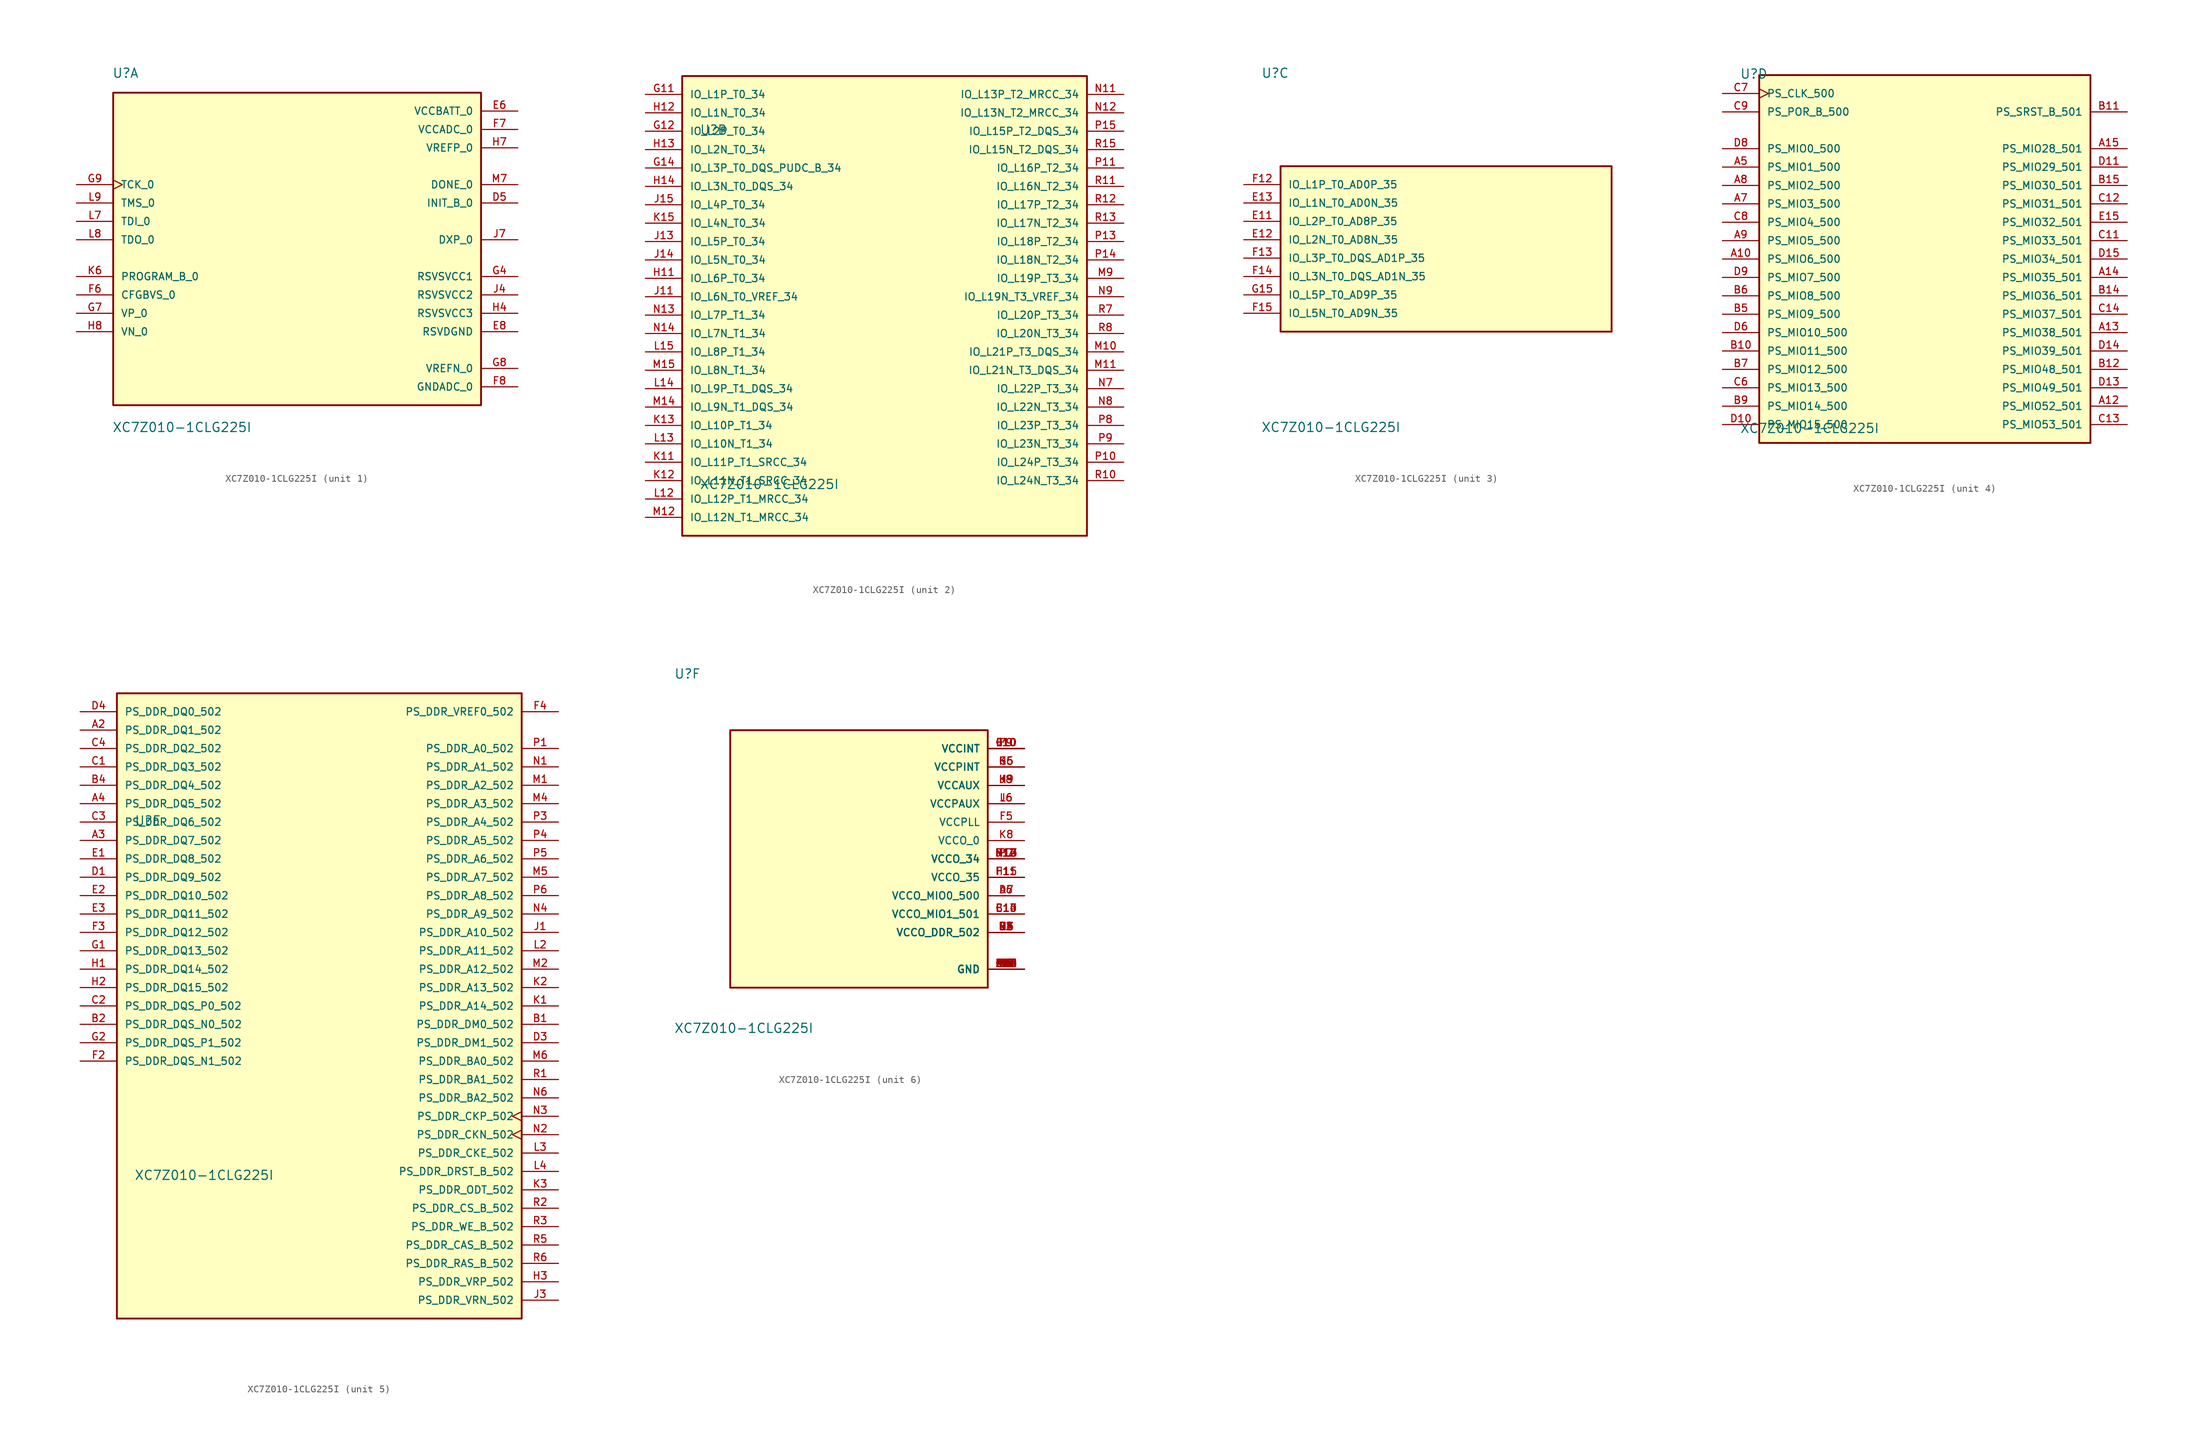
<source format=kicad_sym>
(kicad_symbol_lib
  (version 20211014)
  (generator kicad_symbol_editor)
  (symbol "XC7Z010-1CLG225I"
    (pin_names
      (offset 1.016))
    (property "Reference" "U"
      (at -25.546 24.82 0.0)
      (effects (font (size 1.27 1.27)) (justify bottom left)))
    (property "Value" "XC7Z010-1CLG225I"
      (at -25.547 -24.125 0.0)
      (effects (font (size 1.27 1.27)) (justify bottom left)))
    (symbol "XC7Z010-1CLG225I_1_0"
      (rectangle (start -25.4 -20.32) (end 25.4 22.86) (stroke (width 0.254)) (fill (type background)))
      (pin bidirectional line (at 30.48 7.62 180.0) (length 5.08) (name "INIT_B_0" (effects (font (size 1.016 1.016)))) (number "D5" (effects (font (size 1.016 1.016)))))
      (pin passive line (at 30.48 -10.16 180.0) (length 5.08) (name "RSVDGND" (effects (font (size 1.016 1.016)))) (number "E8" (effects (font (size 1.016 1.016)))))
      (pin input line (at -30.48 -5.08 0) (length 5.08) (name "CFGBVS_0" (effects (font (size 1.016 1.016)))) (number "F6" (effects (font (size 1.016 1.016)))))
      (pin input line (at -30.48 -7.62 0) (length 5.08) (name "VP_0" (effects (font (size 1.016 1.016)))) (number "G7" (effects (font (size 1.016 1.016)))))
      (pin power_in line (at 30.48 -15.24 180.0) (length 5.08) (name "VREFN_0" (effects (font (size 1.016 1.016)))) (number "G8" (effects (font (size 1.016 1.016)))))
      (pin input clock (at -30.48 10.16 0) (length 5.08) (name "TCK_0" (effects (font (size 1.016 1.016)))) (number "G9" (effects (font (size 1.016 1.016)))))
      (pin power_in line (at 30.48 15.24 180.0) (length 5.08) (name "VREFP_0" (effects (font (size 1.016 1.016)))) (number "H7" (effects (font (size 1.016 1.016)))))
      (pin input line (at -30.48 -10.16 0) (length 5.08) (name "VN_0" (effects (font (size 1.016 1.016)))) (number "H8" (effects (font (size 1.016 1.016)))))
      (pin output line (at 30.48 2.54 180.0) (length 5.08) (name "DXP_0" (effects (font (size 1.016 1.016)))) (number "J7" (effects (font (size 1.016 1.016)))))
      (pin input line (at -30.48 -2.54 0) (length 5.08) (name "PROGRAM_B_0" (effects (font (size 1.016 1.016)))) (number "K6" (effects (font (size 1.016 1.016)))))
      (pin input line (at -30.48 5.08 0) (length 5.08) (name "TDI_0" (effects (font (size 1.016 1.016)))) (number "L7" (effects (font (size 1.016 1.016)))))
      (pin output line (at -30.48 2.54 0) (length 5.08) (name "TDO_0" (effects (font (size 1.016 1.016)))) (number "L8" (effects (font (size 1.016 1.016)))))
      (pin input line (at -30.48 7.62 0) (length 5.08) (name "TMS_0" (effects (font (size 1.016 1.016)))) (number "L9" (effects (font (size 1.016 1.016)))))
      (pin bidirectional line (at 30.48 10.16 180.0) (length 5.08) (name "DONE_0" (effects (font (size 1.016 1.016)))) (number "M7" (effects (font (size 1.016 1.016)))))
      (pin power_in line (at 30.48 -17.78 180.0) (length 5.08) (name "GNDADC_0" (effects (font (size 1.016 1.016)))) (number "F8" (effects (font (size 1.016 1.016)))))
      (pin power_in line (at 30.48 17.78 180.0) (length 5.08) (name "VCCADC_0" (effects (font (size 1.016 1.016)))) (number "F7" (effects (font (size 1.016 1.016)))))
      (pin power_in line (at 30.48 20.32 180.0) (length 5.08) (name "VCCBATT_0" (effects (font (size 1.016 1.016)))) (number "E6" (effects (font (size 1.016 1.016)))))
      (pin passive line (at 30.48 -2.54 180.0) (length 5.08) (name "RSVSVCC1" (effects (font (size 1.016 1.016)))) (number "G4" (effects (font (size 1.016 1.016)))))
      (pin passive line (at 30.48 -5.08 180.0) (length 5.08) (name "RSVSVCC2" (effects (font (size 1.016 1.016)))) (number "J4" (effects (font (size 1.016 1.016)))))
      (pin passive line (at 30.48 -7.62 180.0) (length 5.08) (name "RSVSVCC3" (effects (font (size 1.016 1.016)))) (number "H4" (effects (font (size 1.016 1.016))))))
    (symbol "XC7Z010-1CLG225I_2_0"
      (rectangle (start -27.94 -30.48) (end 27.94 33.02) (stroke (width 0.254)) (fill (type background)))
      (pin bidirectional line (at -33.02 30.48 0) (length 5.08) (name "IO_L1P_T0_34" (effects (font (size 1.016 1.016)))) (number "G11" (effects (font (size 1.016 1.016)))))
      (pin bidirectional line (at -33.02 25.4 0) (length 5.08) (name "IO_L2P_T0_34" (effects (font (size 1.016 1.016)))) (number "G12" (effects (font (size 1.016 1.016)))))
      (pin bidirectional line (at -33.02 20.32 0) (length 5.08) (name "IO_L3P_T0_DQS_PUDC_B_34" (effects (font (size 1.016 1.016)))) (number "G14" (effects (font (size 1.016 1.016)))))
      (pin bidirectional line (at -33.02 5.08 0) (length 5.08) (name "IO_L6P_T0_34" (effects (font (size 1.016 1.016)))) (number "H11" (effects (font (size 1.016 1.016)))))
      (pin bidirectional line (at -33.02 27.94 0) (length 5.08) (name "IO_L1N_T0_34" (effects (font (size 1.016 1.016)))) (number "H12" (effects (font (size 1.016 1.016)))))
      (pin bidirectional line (at -33.02 22.86 0) (length 5.08) (name "IO_L2N_T0_34" (effects (font (size 1.016 1.016)))) (number "H13" (effects (font (size 1.016 1.016)))))
      (pin bidirectional line (at -33.02 17.78 0) (length 5.08) (name "IO_L3N_T0_DQS_34" (effects (font (size 1.016 1.016)))) (number "H14" (effects (font (size 1.016 1.016)))))
      (pin bidirectional line (at -33.02 2.54 0) (length 5.08) (name "IO_L6N_T0_VREF_34" (effects (font (size 1.016 1.016)))) (number "J11" (effects (font (size 1.016 1.016)))))
      (pin bidirectional line (at -33.02 10.16 0) (length 5.08) (name "IO_L5P_T0_34" (effects (font (size 1.016 1.016)))) (number "J13" (effects (font (size 1.016 1.016)))))
      (pin bidirectional line (at -33.02 7.62 0) (length 5.08) (name "IO_L5N_T0_34" (effects (font (size 1.016 1.016)))) (number "J14" (effects (font (size 1.016 1.016)))))
      (pin bidirectional line (at -33.02 15.24 0) (length 5.08) (name "IO_L4P_T0_34" (effects (font (size 1.016 1.016)))) (number "J15" (effects (font (size 1.016 1.016)))))
      (pin bidirectional line (at -33.02 -20.32 0) (length 5.08) (name "IO_L11P_T1_SRCC_34" (effects (font (size 1.016 1.016)))) (number "K11" (effects (font (size 1.016 1.016)))))
      (pin bidirectional line (at -33.02 -22.86 0) (length 5.08) (name "IO_L11N_T1_SRCC_34" (effects (font (size 1.016 1.016)))) (number "K12" (effects (font (size 1.016 1.016)))))
      (pin bidirectional line (at -33.02 -15.24 0) (length 5.08) (name "IO_L10P_T1_34" (effects (font (size 1.016 1.016)))) (number "K13" (effects (font (size 1.016 1.016)))))
      (pin bidirectional line (at -33.02 12.7 0) (length 5.08) (name "IO_L4N_T0_34" (effects (font (size 1.016 1.016)))) (number "K15" (effects (font (size 1.016 1.016)))))
      (pin bidirectional line (at -33.02 -25.4 0) (length 5.08) (name "IO_L12P_T1_MRCC_34" (effects (font (size 1.016 1.016)))) (number "L12" (effects (font (size 1.016 1.016)))))
      (pin bidirectional line (at -33.02 -17.78 0) (length 5.08) (name "IO_L10N_T1_34" (effects (font (size 1.016 1.016)))) (number "L13" (effects (font (size 1.016 1.016)))))
      (pin bidirectional line (at -33.02 -10.16 0) (length 5.08) (name "IO_L9P_T1_DQS_34" (effects (font (size 1.016 1.016)))) (number "L14" (effects (font (size 1.016 1.016)))))
      (pin bidirectional line (at -33.02 -5.08 0) (length 5.08) (name "IO_L8P_T1_34" (effects (font (size 1.016 1.016)))) (number "L15" (effects (font (size 1.016 1.016)))))
      (pin bidirectional line (at 33.02 5.08 180.0) (length 5.08) (name "IO_L19P_T3_34" (effects (font (size 1.016 1.016)))) (number "M9" (effects (font (size 1.016 1.016)))))
      (pin bidirectional line (at 33.02 -5.08 180.0) (length 5.08) (name "IO_L21P_T3_DQS_34" (effects (font (size 1.016 1.016)))) (number "M10" (effects (font (size 1.016 1.016)))))
      (pin bidirectional line (at 33.02 -7.62 180.0) (length 5.08) (name "IO_L21N_T3_DQS_34" (effects (font (size 1.016 1.016)))) (number "M11" (effects (font (size 1.016 1.016)))))
      (pin bidirectional line (at -33.02 -27.94 0) (length 5.08) (name "IO_L12N_T1_MRCC_34" (effects (font (size 1.016 1.016)))) (number "M12" (effects (font (size 1.016 1.016)))))
      (pin bidirectional line (at -33.02 -12.7 0) (length 5.08) (name "IO_L9N_T1_DQS_34" (effects (font (size 1.016 1.016)))) (number "M14" (effects (font (size 1.016 1.016)))))
      (pin bidirectional line (at -33.02 -7.62 0) (length 5.08) (name "IO_L8N_T1_34" (effects (font (size 1.016 1.016)))) (number "M15" (effects (font (size 1.016 1.016)))))
      (pin bidirectional line (at 33.02 -10.16 180.0) (length 5.08) (name "IO_L22P_T3_34" (effects (font (size 1.016 1.016)))) (number "N7" (effects (font (size 1.016 1.016)))))
      (pin bidirectional line (at 33.02 -12.7 180.0) (length 5.08) (name "IO_L22N_T3_34" (effects (font (size 1.016 1.016)))) (number "N8" (effects (font (size 1.016 1.016)))))
      (pin bidirectional line (at 33.02 2.54 180.0) (length 5.08) (name "IO_L19N_T3_VREF_34" (effects (font (size 1.016 1.016)))) (number "N9" (effects (font (size 1.016 1.016)))))
      (pin bidirectional line (at 33.02 30.48 180.0) (length 5.08) (name "IO_L13P_T2_MRCC_34" (effects (font (size 1.016 1.016)))) (number "N11" (effects (font (size 1.016 1.016)))))
      (pin bidirectional line (at 33.02 27.94 180.0) (length 5.08) (name "IO_L13N_T2_MRCC_34" (effects (font (size 1.016 1.016)))) (number "N12" (effects (font (size 1.016 1.016)))))
      (pin bidirectional line (at -33.02 0.0 0) (length 5.08) (name "IO_L7P_T1_34" (effects (font (size 1.016 1.016)))) (number "N13" (effects (font (size 1.016 1.016)))))
      (pin bidirectional line (at -33.02 -2.54 0) (length 5.08) (name "IO_L7N_T1_34" (effects (font (size 1.016 1.016)))) (number "N14" (effects (font (size 1.016 1.016)))))
      (pin bidirectional line (at 33.02 -15.24 180.0) (length 5.08) (name "IO_L23P_T3_34" (effects (font (size 1.016 1.016)))) (number "P8" (effects (font (size 1.016 1.016)))))
      (pin bidirectional line (at 33.02 -17.78 180.0) (length 5.08) (name "IO_L23N_T3_34" (effects (font (size 1.016 1.016)))) (number "P9" (effects (font (size 1.016 1.016)))))
      (pin bidirectional line (at 33.02 -20.32 180.0) (length 5.08) (name "IO_L24P_T3_34" (effects (font (size 1.016 1.016)))) (number "P10" (effects (font (size 1.016 1.016)))))
      (pin bidirectional line (at 33.02 20.32 180.0) (length 5.08) (name "IO_L16P_T2_34" (effects (font (size 1.016 1.016)))) (number "P11" (effects (font (size 1.016 1.016)))))
      (pin bidirectional line (at 33.02 10.16 180.0) (length 5.08) (name "IO_L18P_T2_34" (effects (font (size 1.016 1.016)))) (number "P13" (effects (font (size 1.016 1.016)))))
      (pin bidirectional line (at 33.02 7.62 180.0) (length 5.08) (name "IO_L18N_T2_34" (effects (font (size 1.016 1.016)))) (number "P14" (effects (font (size 1.016 1.016)))))
      (pin bidirectional line (at 33.02 25.4 180.0) (length 5.08) (name "IO_L15P_T2_DQS_34" (effects (font (size 1.016 1.016)))) (number "P15" (effects (font (size 1.016 1.016)))))
      (pin bidirectional line (at 33.02 0.0 180.0) (length 5.08) (name "IO_L20P_T3_34" (effects (font (size 1.016 1.016)))) (number "R7" (effects (font (size 1.016 1.016)))))
      (pin bidirectional line (at 33.02 -2.54 180.0) (length 5.08) (name "IO_L20N_T3_34" (effects (font (size 1.016 1.016)))) (number "R8" (effects (font (size 1.016 1.016)))))
      (pin bidirectional line (at 33.02 -22.86 180.0) (length 5.08) (name "IO_L24N_T3_34" (effects (font (size 1.016 1.016)))) (number "R10" (effects (font (size 1.016 1.016)))))
      (pin bidirectional line (at 33.02 17.78 180.0) (length 5.08) (name "IO_L16N_T2_34" (effects (font (size 1.016 1.016)))) (number "R11" (effects (font (size 1.016 1.016)))))
      (pin bidirectional line (at 33.02 15.24 180.0) (length 5.08) (name "IO_L17P_T2_34" (effects (font (size 1.016 1.016)))) (number "R12" (effects (font (size 1.016 1.016)))))
      (pin bidirectional line (at 33.02 12.7 180.0) (length 5.08) (name "IO_L17N_T2_34" (effects (font (size 1.016 1.016)))) (number "R13" (effects (font (size 1.016 1.016)))))
      (pin bidirectional line (at 33.02 22.86 180.0) (length 5.08) (name "IO_L15N_T2_DQS_34" (effects (font (size 1.016 1.016)))) (number "R15" (effects (font (size 1.016 1.016))))))
    (symbol "XC7Z010-1CLG225I_3_0"
      (rectangle (start -22.86 -10.16) (end 22.86 12.7) (stroke (width 0.254)) (fill (type background)))
      (pin bidirectional line (at -27.94 5.08 0) (length 5.08) (name "IO_L2P_T0_AD8P_35" (effects (font (size 1.016 1.016)))) (number "E11" (effects (font (size 1.016 1.016)))))
      (pin bidirectional line (at -27.94 2.54 0) (length 5.08) (name "IO_L2N_T0_AD8N_35" (effects (font (size 1.016 1.016)))) (number "E12" (effects (font (size 1.016 1.016)))))
      (pin bidirectional line (at -27.94 7.62 0) (length 5.08) (name "IO_L1N_T0_AD0N_35" (effects (font (size 1.016 1.016)))) (number "E13" (effects (font (size 1.016 1.016)))))
      (pin bidirectional line (at -27.94 10.16 0) (length 5.08) (name "IO_L1P_T0_AD0P_35" (effects (font (size 1.016 1.016)))) (number "F12" (effects (font (size 1.016 1.016)))))
      (pin bidirectional line (at -27.94 0.0 0) (length 5.08) (name "IO_L3P_T0_DQS_AD1P_35" (effects (font (size 1.016 1.016)))) (number "F13" (effects (font (size 1.016 1.016)))))
      (pin bidirectional line (at -27.94 -2.54 0) (length 5.08) (name "IO_L3N_T0_DQS_AD1N_35" (effects (font (size 1.016 1.016)))) (number "F14" (effects (font (size 1.016 1.016)))))
      (pin bidirectional line (at -27.94 -7.62 0) (length 5.08) (name "IO_L5N_T0_AD9N_35" (effects (font (size 1.016 1.016)))) (number "F15" (effects (font (size 1.016 1.016)))))
      (pin bidirectional line (at -27.94 -5.08 0) (length 5.08) (name "IO_L5P_T0_AD9P_35" (effects (font (size 1.016 1.016)))) (number "G15" (effects (font (size 1.016 1.016))))))
    (symbol "XC7Z010-1CLG225I_4_0"
      (rectangle (start -22.86 -25.4) (end 22.86 25.4) (stroke (width 0.254)) (fill (type background)))
      (pin bidirectional line (at -27.94 12.7 0) (length 5.08) (name "PS_MIO1_500" (effects (font (size 1.016 1.016)))) (number "A5" (effects (font (size 1.016 1.016)))))
      (pin bidirectional line (at -27.94 7.62 0) (length 5.08) (name "PS_MIO3_500" (effects (font (size 1.016 1.016)))) (number "A7" (effects (font (size 1.016 1.016)))))
      (pin bidirectional line (at -27.94 10.16 0) (length 5.08) (name "PS_MIO2_500" (effects (font (size 1.016 1.016)))) (number "A8" (effects (font (size 1.016 1.016)))))
      (pin bidirectional line (at -27.94 2.54 0) (length 5.08) (name "PS_MIO5_500" (effects (font (size 1.016 1.016)))) (number "A9" (effects (font (size 1.016 1.016)))))
      (pin bidirectional line (at -27.94 0.0 0) (length 5.08) (name "PS_MIO6_500" (effects (font (size 1.016 1.016)))) (number "A10" (effects (font (size 1.016 1.016)))))
      (pin bidirectional line (at 27.94 -20.32 180.0) (length 5.08) (name "PS_MIO52_501" (effects (font (size 1.016 1.016)))) (number "A12" (effects (font (size 1.016 1.016)))))
      (pin bidirectional line (at 27.94 -10.16 180.0) (length 5.08) (name "PS_MIO38_501" (effects (font (size 1.016 1.016)))) (number "A13" (effects (font (size 1.016 1.016)))))
      (pin bidirectional line (at 27.94 -2.54 180.0) (length 5.08) (name "PS_MIO35_501" (effects (font (size 1.016 1.016)))) (number "A14" (effects (font (size 1.016 1.016)))))
      (pin bidirectional line (at 27.94 15.24 180.0) (length 5.08) (name "PS_MIO28_501" (effects (font (size 1.016 1.016)))) (number "A15" (effects (font (size 1.016 1.016)))))
      (pin bidirectional line (at -27.94 -7.62 0) (length 5.08) (name "PS_MIO9_500" (effects (font (size 1.016 1.016)))) (number "B5" (effects (font (size 1.016 1.016)))))
      (pin bidirectional line (at -27.94 -5.08 0) (length 5.08) (name "PS_MIO8_500" (effects (font (size 1.016 1.016)))) (number "B6" (effects (font (size 1.016 1.016)))))
      (pin bidirectional line (at -27.94 -15.24 0) (length 5.08) (name "PS_MIO12_500" (effects (font (size 1.016 1.016)))) (number "B7" (effects (font (size 1.016 1.016)))))
      (pin bidirectional line (at -27.94 -20.32 0) (length 5.08) (name "PS_MIO14_500" (effects (font (size 1.016 1.016)))) (number "B9" (effects (font (size 1.016 1.016)))))
      (pin bidirectional line (at -27.94 -12.7 0) (length 5.08) (name "PS_MIO11_500" (effects (font (size 1.016 1.016)))) (number "B10" (effects (font (size 1.016 1.016)))))
      (pin input line (at 27.94 20.32 180.0) (length 5.08) (name "PS_SRST_B_501" (effects (font (size 1.016 1.016)))) (number "B11" (effects (font (size 1.016 1.016)))))
      (pin bidirectional line (at 27.94 -15.24 180.0) (length 5.08) (name "PS_MIO48_501" (effects (font (size 1.016 1.016)))) (number "B12" (effects (font (size 1.016 1.016)))))
      (pin bidirectional line (at 27.94 -5.08 180.0) (length 5.08) (name "PS_MIO36_501" (effects (font (size 1.016 1.016)))) (number "B14" (effects (font (size 1.016 1.016)))))
      (pin bidirectional line (at 27.94 10.16 180.0) (length 5.08) (name "PS_MIO30_501" (effects (font (size 1.016 1.016)))) (number "B15" (effects (font (size 1.016 1.016)))))
      (pin bidirectional line (at -27.94 -17.78 0) (length 5.08) (name "PS_MIO13_500" (effects (font (size 1.016 1.016)))) (number "C6" (effects (font (size 1.016 1.016)))))
      (pin input clock (at -27.94 22.86 0) (length 5.08) (name "PS_CLK_500" (effects (font (size 1.016 1.016)))) (number "C7" (effects (font (size 1.016 1.016)))))
      (pin bidirectional line (at -27.94 5.08 0) (length 5.08) (name "PS_MIO4_500" (effects (font (size 1.016 1.016)))) (number "C8" (effects (font (size 1.016 1.016)))))
      (pin input line (at -27.94 20.32 0) (length 5.08) (name "PS_POR_B_500" (effects (font (size 1.016 1.016)))) (number "C9" (effects (font (size 1.016 1.016)))))
      (pin bidirectional line (at 27.94 2.54 180.0) (length 5.08) (name "PS_MIO33_501" (effects (font (size 1.016 1.016)))) (number "C11" (effects (font (size 1.016 1.016)))))
      (pin bidirectional line (at 27.94 7.62 180.0) (length 5.08) (name "PS_MIO31_501" (effects (font (size 1.016 1.016)))) (number "C12" (effects (font (size 1.016 1.016)))))
      (pin bidirectional line (at 27.94 -22.86 180.0) (length 5.08) (name "PS_MIO53_501" (effects (font (size 1.016 1.016)))) (number "C13" (effects (font (size 1.016 1.016)))))
      (pin bidirectional line (at 27.94 -7.62 180.0) (length 5.08) (name "PS_MIO37_501" (effects (font (size 1.016 1.016)))) (number "C14" (effects (font (size 1.016 1.016)))))
      (pin bidirectional line (at -27.94 -10.16 0) (length 5.08) (name "PS_MIO10_500" (effects (font (size 1.016 1.016)))) (number "D6" (effects (font (size 1.016 1.016)))))
      (pin bidirectional line (at -27.94 15.24 0) (length 5.08) (name "PS_MIO0_500" (effects (font (size 1.016 1.016)))) (number "D8" (effects (font (size 1.016 1.016)))))
      (pin bidirectional line (at -27.94 -2.54 0) (length 5.08) (name "PS_MIO7_500" (effects (font (size 1.016 1.016)))) (number "D9" (effects (font (size 1.016 1.016)))))
      (pin bidirectional line (at -27.94 -22.86 0) (length 5.08) (name "PS_MIO15_500" (effects (font (size 1.016 1.016)))) (number "D10" (effects (font (size 1.016 1.016)))))
      (pin bidirectional line (at 27.94 12.7 180.0) (length 5.08) (name "PS_MIO29_501" (effects (font (size 1.016 1.016)))) (number "D11" (effects (font (size 1.016 1.016)))))
      (pin bidirectional line (at 27.94 -17.78 180.0) (length 5.08) (name "PS_MIO49_501" (effects (font (size 1.016 1.016)))) (number "D13" (effects (font (size 1.016 1.016)))))
      (pin bidirectional line (at 27.94 -12.7 180.0) (length 5.08) (name "PS_MIO39_501" (effects (font (size 1.016 1.016)))) (number "D14" (effects (font (size 1.016 1.016)))))
      (pin bidirectional line (at 27.94 0.0 180.0) (length 5.08) (name "PS_MIO34_501" (effects (font (size 1.016 1.016)))) (number "D15" (effects (font (size 1.016 1.016)))))
      (pin bidirectional line (at 27.94 5.08 180.0) (length 5.08) (name "PS_MIO32_501" (effects (font (size 1.016 1.016)))) (number "E15" (effects (font (size 1.016 1.016))))))
    (symbol "XC7Z010-1CLG225I_5_0"
      (rectangle (start -27.94 -43.18) (end 27.94 43.18) (stroke (width 0.254)) (fill (type background)))
      (pin bidirectional line (at -33.02 38.1 0) (length 5.08) (name "PS_DDR_DQ1_502" (effects (font (size 1.016 1.016)))) (number "A2" (effects (font (size 1.016 1.016)))))
      (pin bidirectional line (at -33.02 22.86 0) (length 5.08) (name "PS_DDR_DQ7_502" (effects (font (size 1.016 1.016)))) (number "A3" (effects (font (size 1.016 1.016)))))
      (pin bidirectional line (at -33.02 27.94 0) (length 5.08) (name "PS_DDR_DQ5_502" (effects (font (size 1.016 1.016)))) (number "A4" (effects (font (size 1.016 1.016)))))
      (pin output line (at 33.02 -2.54 180.0) (length 5.08) (name "PS_DDR_DM0_502" (effects (font (size 1.016 1.016)))) (number "B1" (effects (font (size 1.016 1.016)))))
      (pin bidirectional line (at -33.02 -2.54 0) (length 5.08) (name "PS_DDR_DQS_N0_502" (effects (font (size 1.016 1.016)))) (number "B2" (effects (font (size 1.016 1.016)))))
      (pin bidirectional line (at -33.02 30.48 0) (length 5.08) (name "PS_DDR_DQ4_502" (effects (font (size 1.016 1.016)))) (number "B4" (effects (font (size 1.016 1.016)))))
      (pin bidirectional line (at -33.02 33.02 0) (length 5.08) (name "PS_DDR_DQ3_502" (effects (font (size 1.016 1.016)))) (number "C1" (effects (font (size 1.016 1.016)))))
      (pin bidirectional line (at -33.02 0.0 0) (length 5.08) (name "PS_DDR_DQS_P0_502" (effects (font (size 1.016 1.016)))) (number "C2" (effects (font (size 1.016 1.016)))))
      (pin bidirectional line (at -33.02 25.4 0) (length 5.08) (name "PS_DDR_DQ6_502" (effects (font (size 1.016 1.016)))) (number "C3" (effects (font (size 1.016 1.016)))))
      (pin bidirectional line (at -33.02 35.56 0) (length 5.08) (name "PS_DDR_DQ2_502" (effects (font (size 1.016 1.016)))) (number "C4" (effects (font (size 1.016 1.016)))))
      (pin bidirectional line (at -33.02 17.78 0) (length 5.08) (name "PS_DDR_DQ9_502" (effects (font (size 1.016 1.016)))) (number "D1" (effects (font (size 1.016 1.016)))))
      (pin output line (at 33.02 -5.08 180.0) (length 5.08) (name "PS_DDR_DM1_502" (effects (font (size 1.016 1.016)))) (number "D3" (effects (font (size 1.016 1.016)))))
      (pin bidirectional line (at -33.02 40.64 0) (length 5.08) (name "PS_DDR_DQ0_502" (effects (font (size 1.016 1.016)))) (number "D4" (effects (font (size 1.016 1.016)))))
      (pin bidirectional line (at -33.02 20.32 0) (length 5.08) (name "PS_DDR_DQ8_502" (effects (font (size 1.016 1.016)))) (number "E1" (effects (font (size 1.016 1.016)))))
      (pin bidirectional line (at -33.02 15.24 0) (length 5.08) (name "PS_DDR_DQ10_502" (effects (font (size 1.016 1.016)))) (number "E2" (effects (font (size 1.016 1.016)))))
      (pin bidirectional line (at -33.02 12.7 0) (length 5.08) (name "PS_DDR_DQ11_502" (effects (font (size 1.016 1.016)))) (number "E3" (effects (font (size 1.016 1.016)))))
      (pin bidirectional line (at -33.02 -7.62 0) (length 5.08) (name "PS_DDR_DQS_N1_502" (effects (font (size 1.016 1.016)))) (number "F2" (effects (font (size 1.016 1.016)))))
      (pin bidirectional line (at -33.02 10.16 0) (length 5.08) (name "PS_DDR_DQ12_502" (effects (font (size 1.016 1.016)))) (number "F3" (effects (font (size 1.016 1.016)))))
      (pin bidirectional line (at -33.02 7.62 0) (length 5.08) (name "PS_DDR_DQ13_502" (effects (font (size 1.016 1.016)))) (number "G1" (effects (font (size 1.016 1.016)))))
      (pin bidirectional line (at -33.02 -5.08 0) (length 5.08) (name "PS_DDR_DQS_P1_502" (effects (font (size 1.016 1.016)))) (number "G2" (effects (font (size 1.016 1.016)))))
      (pin bidirectional line (at -33.02 5.08 0) (length 5.08) (name "PS_DDR_DQ14_502" (effects (font (size 1.016 1.016)))) (number "H1" (effects (font (size 1.016 1.016)))))
      (pin bidirectional line (at -33.02 2.54 0) (length 5.08) (name "PS_DDR_DQ15_502" (effects (font (size 1.016 1.016)))) (number "H2" (effects (font (size 1.016 1.016)))))
      (pin output line (at 33.02 -38.1 180.0) (length 5.08) (name "PS_DDR_VRP_502" (effects (font (size 1.016 1.016)))) (number "H3" (effects (font (size 1.016 1.016)))))
      (pin output line (at 33.02 10.16 180.0) (length 5.08) (name "PS_DDR_A10_502" (effects (font (size 1.016 1.016)))) (number "J1" (effects (font (size 1.016 1.016)))))
      (pin output line (at 33.02 -40.64 180.0) (length 5.08) (name "PS_DDR_VRN_502" (effects (font (size 1.016 1.016)))) (number "J3" (effects (font (size 1.016 1.016)))))
      (pin output line (at 33.02 0.0 180.0) (length 5.08) (name "PS_DDR_A14_502" (effects (font (size 1.016 1.016)))) (number "K1" (effects (font (size 1.016 1.016)))))
      (pin output line (at 33.02 2.54 180.0) (length 5.08) (name "PS_DDR_A13_502" (effects (font (size 1.016 1.016)))) (number "K2" (effects (font (size 1.016 1.016)))))
      (pin output line (at 33.02 -25.4 180.0) (length 5.08) (name "PS_DDR_ODT_502" (effects (font (size 1.016 1.016)))) (number "K3" (effects (font (size 1.016 1.016)))))
      (pin output line (at 33.02 7.62 180.0) (length 5.08) (name "PS_DDR_A11_502" (effects (font (size 1.016 1.016)))) (number "L2" (effects (font (size 1.016 1.016)))))
      (pin output line (at 33.02 -20.32 180.0) (length 5.08) (name "PS_DDR_CKE_502" (effects (font (size 1.016 1.016)))) (number "L3" (effects (font (size 1.016 1.016)))))
      (pin output line (at 33.02 -22.86 180.0) (length 5.08) (name "PS_DDR_DRST_B_502" (effects (font (size 1.016 1.016)))) (number "L4" (effects (font (size 1.016 1.016)))))
      (pin output line (at 33.02 30.48 180.0) (length 5.08) (name "PS_DDR_A2_502" (effects (font (size 1.016 1.016)))) (number "M1" (effects (font (size 1.016 1.016)))))
      (pin output line (at 33.02 5.08 180.0) (length 5.08) (name "PS_DDR_A12_502" (effects (font (size 1.016 1.016)))) (number "M2" (effects (font (size 1.016 1.016)))))
      (pin output line (at 33.02 27.94 180.0) (length 5.08) (name "PS_DDR_A3_502" (effects (font (size 1.016 1.016)))) (number "M4" (effects (font (size 1.016 1.016)))))
      (pin output line (at 33.02 17.78 180.0) (length 5.08) (name "PS_DDR_A7_502" (effects (font (size 1.016 1.016)))) (number "M5" (effects (font (size 1.016 1.016)))))
      (pin output line (at 33.02 -7.62 180.0) (length 5.08) (name "PS_DDR_BA0_502" (effects (font (size 1.016 1.016)))) (number "M6" (effects (font (size 1.016 1.016)))))
      (pin output line (at 33.02 33.02 180.0) (length 5.08) (name "PS_DDR_A1_502" (effects (font (size 1.016 1.016)))) (number "N1" (effects (font (size 1.016 1.016)))))
      (pin output clock (at 33.02 -17.78 180.0) (length 5.08) (name "PS_DDR_CKN_502" (effects (font (size 1.016 1.016)))) (number "N2" (effects (font (size 1.016 1.016)))))
      (pin output clock (at 33.02 -15.24 180.0) (length 5.08) (name "PS_DDR_CKP_502" (effects (font (size 1.016 1.016)))) (number "N3" (effects (font (size 1.016 1.016)))))
      (pin output line (at 33.02 12.7 180.0) (length 5.08) (name "PS_DDR_A9_502" (effects (font (size 1.016 1.016)))) (number "N4" (effects (font (size 1.016 1.016)))))
      (pin output line (at 33.02 -12.7 180.0) (length 5.08) (name "PS_DDR_BA2_502" (effects (font (size 1.016 1.016)))) (number "N6" (effects (font (size 1.016 1.016)))))
      (pin output line (at 33.02 35.56 180.0) (length 5.08) (name "PS_DDR_A0_502" (effects (font (size 1.016 1.016)))) (number "P1" (effects (font (size 1.016 1.016)))))
      (pin output line (at 33.02 25.4 180.0) (length 5.08) (name "PS_DDR_A4_502" (effects (font (size 1.016 1.016)))) (number "P3" (effects (font (size 1.016 1.016)))))
      (pin output line (at 33.02 22.86 180.0) (length 5.08) (name "PS_DDR_A5_502" (effects (font (size 1.016 1.016)))) (number "P4" (effects (font (size 1.016 1.016)))))
      (pin output line (at 33.02 20.32 180.0) (length 5.08) (name "PS_DDR_A6_502" (effects (font (size 1.016 1.016)))) (number "P5" (effects (font (size 1.016 1.016)))))
      (pin output line (at 33.02 15.24 180.0) (length 5.08) (name "PS_DDR_A8_502" (effects (font (size 1.016 1.016)))) (number "P6" (effects (font (size 1.016 1.016)))))
      (pin output line (at 33.02 -10.16 180.0) (length 5.08) (name "PS_DDR_BA1_502" (effects (font (size 1.016 1.016)))) (number "R1" (effects (font (size 1.016 1.016)))))
      (pin output line (at 33.02 -27.94 180.0) (length 5.08) (name "PS_DDR_CS_B_502" (effects (font (size 1.016 1.016)))) (number "R2" (effects (font (size 1.016 1.016)))))
      (pin output line (at 33.02 -30.48 180.0) (length 5.08) (name "PS_DDR_WE_B_502" (effects (font (size 1.016 1.016)))) (number "R3" (effects (font (size 1.016 1.016)))))
      (pin output line (at 33.02 -33.02 180.0) (length 5.08) (name "PS_DDR_CAS_B_502" (effects (font (size 1.016 1.016)))) (number "R5" (effects (font (size 1.016 1.016)))))
      (pin output line (at 33.02 -35.56 180.0) (length 5.08) (name "PS_DDR_RAS_B_502" (effects (font (size 1.016 1.016)))) (number "R6" (effects (font (size 1.016 1.016)))))
      (pin power_in line (at 33.02 40.64 180.0) (length 5.08) (name "PS_DDR_VREF0_502" (effects (font (size 1.016 1.016)))) (number "F4" (effects (font (size 1.016 1.016))))))
    (symbol "XC7Z010-1CLG225I_6_0"
      (rectangle (start -17.78 -17.78) (end 17.78 17.78) (stroke (width 0.254)) (fill (type background)))
      (pin power_in line (at 22.86 -15.24 180.0) (length 5.08) (name "GND" (effects (font (size 1.016 1.016)))) (number "A1" (effects (font (size 1.016 1.016)))))
      (pin power_in line (at 22.86 -15.24 180.0) (length 5.08) (name "GND" (effects (font (size 1.016 1.016)))) (number "A11" (effects (font (size 1.016 1.016)))))
      (pin power_in line (at 22.86 -15.24 180.0) (length 5.08) (name "GND" (effects (font (size 1.016 1.016)))) (number "B8" (effects (font (size 1.016 1.016)))))
      (pin power_in line (at 22.86 -15.24 180.0) (length 5.08) (name "GND" (effects (font (size 1.016 1.016)))) (number "C5" (effects (font (size 1.016 1.016)))))
      (pin power_in line (at 22.86 -15.24 180.0) (length 5.08) (name "GND" (effects (font (size 1.016 1.016)))) (number "C15" (effects (font (size 1.016 1.016)))))
      (pin power_in line (at 22.86 -15.24 180.0) (length 5.08) (name "GND" (effects (font (size 1.016 1.016)))) (number "D2" (effects (font (size 1.016 1.016)))))
      (pin power_in line (at 22.86 -15.24 180.0) (length 5.08) (name "GND" (effects (font (size 1.016 1.016)))) (number "D12" (effects (font (size 1.016 1.016)))))
      (pin power_in line (at 22.86 -15.24 180.0) (length 5.08) (name "GND" (effects (font (size 1.016 1.016)))) (number "E5" (effects (font (size 1.016 1.016)))))
      (pin power_in line (at 22.86 -15.24 180.0) (length 5.08) (name "GND" (effects (font (size 1.016 1.016)))) (number "E7" (effects (font (size 1.016 1.016)))))
      (pin power_in line (at 22.86 -15.24 180.0) (length 5.08) (name "GND" (effects (font (size 1.016 1.016)))) (number "E9" (effects (font (size 1.016 1.016)))))
      (pin power_in line (at 22.86 -15.24 180.0) (length 5.08) (name "GND" (effects (font (size 1.016 1.016)))) (number "F10" (effects (font (size 1.016 1.016)))))
      (pin power_in line (at 22.86 -15.24 180.0) (length 5.08) (name "GND" (effects (font (size 1.016 1.016)))) (number "G3" (effects (font (size 1.016 1.016)))))
      (pin power_in line (at 22.86 -15.24 180.0) (length 5.08) (name "GND" (effects (font (size 1.016 1.016)))) (number "G5" (effects (font (size 1.016 1.016)))))
      (pin power_in line (at 22.86 -15.24 180.0) (length 5.08) (name "GND" (effects (font (size 1.016 1.016)))) (number "G13" (effects (font (size 1.016 1.016)))))
      (pin power_in line (at 22.86 -15.24 180.0) (length 5.08) (name "GND" (effects (font (size 1.016 1.016)))) (number "H6" (effects (font (size 1.016 1.016)))))
      (pin power_in line (at 22.86 -15.24 180.0) (length 5.08) (name "GND" (effects (font (size 1.016 1.016)))) (number "H10" (effects (font (size 1.016 1.016)))))
      (pin power_in line (at 22.86 -15.24 180.0) (length 5.08) (name "GND" (effects (font (size 1.016 1.016)))) (number "J5" (effects (font (size 1.016 1.016)))))
      (pin power_in line (at 22.86 -15.24 180.0) (length 5.08) (name "GND" (effects (font (size 1.016 1.016)))) (number "J9" (effects (font (size 1.016 1.016)))))
      (pin power_in line (at 22.86 -15.24 180.0) (length 5.08) (name "GND" (effects (font (size 1.016 1.016)))) (number "K4" (effects (font (size 1.016 1.016)))))
      (pin power_in line (at 22.86 -15.24 180.0) (length 5.08) (name "GND" (effects (font (size 1.016 1.016)))) (number "K7" (effects (font (size 1.016 1.016)))))
      (pin power_in line (at 22.86 -15.24 180.0) (length 5.08) (name "GND" (effects (font (size 1.016 1.016)))) (number "K10" (effects (font (size 1.016 1.016)))))
      (pin power_in line (at 22.86 -15.24 180.0) (length 5.08) (name "GND" (effects (font (size 1.016 1.016)))) (number "K14" (effects (font (size 1.016 1.016)))))
      (pin power_in line (at 22.86 -15.24 180.0) (length 5.08) (name "GND" (effects (font (size 1.016 1.016)))) (number "L1" (effects (font (size 1.016 1.016)))))
      (pin power_in line (at 22.86 -15.24 180.0) (length 5.08) (name "GND" (effects (font (size 1.016 1.016)))) (number "L5" (effects (font (size 1.016 1.016)))))
      (pin power_in line (at 22.86 -15.24 180.0) (length 5.08) (name "GND" (effects (font (size 1.016 1.016)))) (number "L11" (effects (font (size 1.016 1.016)))))
      (pin power_in line (at 22.86 -15.24 180.0) (length 5.08) (name "GND" (effects (font (size 1.016 1.016)))) (number "M8" (effects (font (size 1.016 1.016)))))
      (pin power_in line (at 22.86 -15.24 180.0) (length 5.08) (name "GND" (effects (font (size 1.016 1.016)))) (number "N5" (effects (font (size 1.016 1.016)))))
      (pin power_in line (at 22.86 -15.24 180.0) (length 5.08) (name "GND" (effects (font (size 1.016 1.016)))) (number "N15" (effects (font (size 1.016 1.016)))))
      (pin power_in line (at 22.86 -15.24 180.0) (length 5.08) (name "GND" (effects (font (size 1.016 1.016)))) (number "P2" (effects (font (size 1.016 1.016)))))
      (pin power_in line (at 22.86 -15.24 180.0) (length 5.08) (name "GND" (effects (font (size 1.016 1.016)))) (number "P12" (effects (font (size 1.016 1.016)))))
      (pin power_in line (at 22.86 -15.24 180.0) (length 5.08) (name "GND" (effects (font (size 1.016 1.016)))) (number "R9" (effects (font (size 1.016 1.016)))))
      (pin power_in line (at 22.86 2.54 180.0) (length 5.08) (name "VCCO_0" (effects (font (size 1.016 1.016)))) (number "K8" (effects (font (size 1.016 1.016)))))
      (pin power_in line (at 22.86 0.0 180.0) (length 5.08) (name "VCCO_34" (effects (font (size 1.016 1.016)))) (number "J12" (effects (font (size 1.016 1.016)))))
      (pin power_in line (at 22.86 0.0 180.0) (length 5.08) (name "VCCO_34" (effects (font (size 1.016 1.016)))) (number "M13" (effects (font (size 1.016 1.016)))))
      (pin power_in line (at 22.86 0.0 180.0) (length 5.08) (name "VCCO_34" (effects (font (size 1.016 1.016)))) (number "N10" (effects (font (size 1.016 1.016)))))
      (pin power_in line (at 22.86 0.0 180.0) (length 5.08) (name "VCCO_34" (effects (font (size 1.016 1.016)))) (number "P7" (effects (font (size 1.016 1.016)))))
      (pin power_in line (at 22.86 0.0 180.0) (length 5.08) (name "VCCO_34" (effects (font (size 1.016 1.016)))) (number "R14" (effects (font (size 1.016 1.016)))))
      (pin power_in line (at 22.86 10.16 180.0) (length 5.08) (name "VCCAUX" (effects (font (size 1.016 1.016)))) (number "H9" (effects (font (size 1.016 1.016)))))
      (pin power_in line (at 22.86 10.16 180.0) (length 5.08) (name "VCCAUX" (effects (font (size 1.016 1.016)))) (number "J8" (effects (font (size 1.016 1.016)))))
      (pin power_in line (at 22.86 10.16 180.0) (length 5.08) (name "VCCAUX" (effects (font (size 1.016 1.016)))) (number "K9" (effects (font (size 1.016 1.016)))))
      (pin power_in line (at 22.86 15.24 180.0) (length 5.08) (name "VCCINT" (effects (font (size 1.016 1.016)))) (number "E10" (effects (font (size 1.016 1.016)))))
      (pin power_in line (at 22.86 15.24 180.0) (length 5.08) (name "VCCINT" (effects (font (size 1.016 1.016)))) (number "F9" (effects (font (size 1.016 1.016)))))
      (pin power_in line (at 22.86 15.24 180.0) (length 5.08) (name "VCCINT" (effects (font (size 1.016 1.016)))) (number "G10" (effects (font (size 1.016 1.016)))))
      (pin power_in line (at 22.86 15.24 180.0) (length 5.08) (name "VCCINT" (effects (font (size 1.016 1.016)))) (number "J10" (effects (font (size 1.016 1.016)))))
      (pin power_in line (at 22.86 15.24 180.0) (length 5.08) (name "VCCINT" (effects (font (size 1.016 1.016)))) (number "L10" (effects (font (size 1.016 1.016)))))
      (pin power_in line (at 22.86 -2.54 180.0) (length 5.08) (name "VCCO_35" (effects (font (size 1.016 1.016)))) (number "F11" (effects (font (size 1.016 1.016)))))
      (pin power_in line (at 22.86 -2.54 180.0) (length 5.08) (name "VCCO_35" (effects (font (size 1.016 1.016)))) (number "H15" (effects (font (size 1.016 1.016)))))
      (pin power_in line (at 22.86 -10.16 180.0) (length 5.08) (name "VCCO_DDR_502" (effects (font (size 1.016 1.016)))) (number "B3" (effects (font (size 1.016 1.016)))))
      (pin power_in line (at 22.86 -10.16 180.0) (length 5.08) (name "VCCO_DDR_502" (effects (font (size 1.016 1.016)))) (number "E4" (effects (font (size 1.016 1.016)))))
      (pin power_in line (at 22.86 -10.16 180.0) (length 5.08) (name "VCCO_DDR_502" (effects (font (size 1.016 1.016)))) (number "F1" (effects (font (size 1.016 1.016)))))
      (pin power_in line (at 22.86 -10.16 180.0) (length 5.08) (name "VCCO_DDR_502" (effects (font (size 1.016 1.016)))) (number "J2" (effects (font (size 1.016 1.016)))))
      (pin power_in line (at 22.86 -10.16 180.0) (length 5.08) (name "VCCO_DDR_502" (effects (font (size 1.016 1.016)))) (number "M3" (effects (font (size 1.016 1.016)))))
      (pin power_in line (at 22.86 -10.16 180.0) (length 5.08) (name "VCCO_DDR_502" (effects (font (size 1.016 1.016)))) (number "R4" (effects (font (size 1.016 1.016)))))
      (pin power_in line (at 22.86 -5.08 180.0) (length 5.08) (name "VCCO_MIO0_500" (effects (font (size 1.016 1.016)))) (number "A6" (effects (font (size 1.016 1.016)))))
      (pin power_in line (at 22.86 -5.08 180.0) (length 5.08) (name "VCCO_MIO0_500" (effects (font (size 1.016 1.016)))) (number "D7" (effects (font (size 1.016 1.016)))))
      (pin power_in line (at 22.86 -7.62 180.0) (length 5.08) (name "VCCO_MIO1_501" (effects (font (size 1.016 1.016)))) (number "B13" (effects (font (size 1.016 1.016)))))
      (pin power_in line (at 22.86 -7.62 180.0) (length 5.08) (name "VCCO_MIO1_501" (effects (font (size 1.016 1.016)))) (number "C10" (effects (font (size 1.016 1.016)))))
      (pin power_in line (at 22.86 -7.62 180.0) (length 5.08) (name "VCCO_MIO1_501" (effects (font (size 1.016 1.016)))) (number "E14" (effects (font (size 1.016 1.016)))))
      (pin power_in line (at 22.86 7.62 180.0) (length 5.08) (name "VCCPAUX" (effects (font (size 1.016 1.016)))) (number "J6" (effects (font (size 1.016 1.016)))))
      (pin power_in line (at 22.86 7.62 180.0) (length 5.08) (name "VCCPAUX" (effects (font (size 1.016 1.016)))) (number "L6" (effects (font (size 1.016 1.016)))))
      (pin power_in line (at 22.86 12.7 180.0) (length 5.08) (name "VCCPINT" (effects (font (size 1.016 1.016)))) (number "G6" (effects (font (size 1.016 1.016)))))
      (pin power_in line (at 22.86 12.7 180.0) (length 5.08) (name "VCCPINT" (effects (font (size 1.016 1.016)))) (number "H5" (effects (font (size 1.016 1.016)))))
      (pin power_in line (at 22.86 12.7 180.0) (length 5.08) (name "VCCPINT" (effects (font (size 1.016 1.016)))) (number "K5" (effects (font (size 1.016 1.016)))))
      (pin power_in line (at 22.86 5.08 180.0) (length 5.08) (name "VCCPLL" (effects (font (size 1.016 1.016)))) (number "F5" (effects (font (size 1.016 1.016))))))))
</source>
